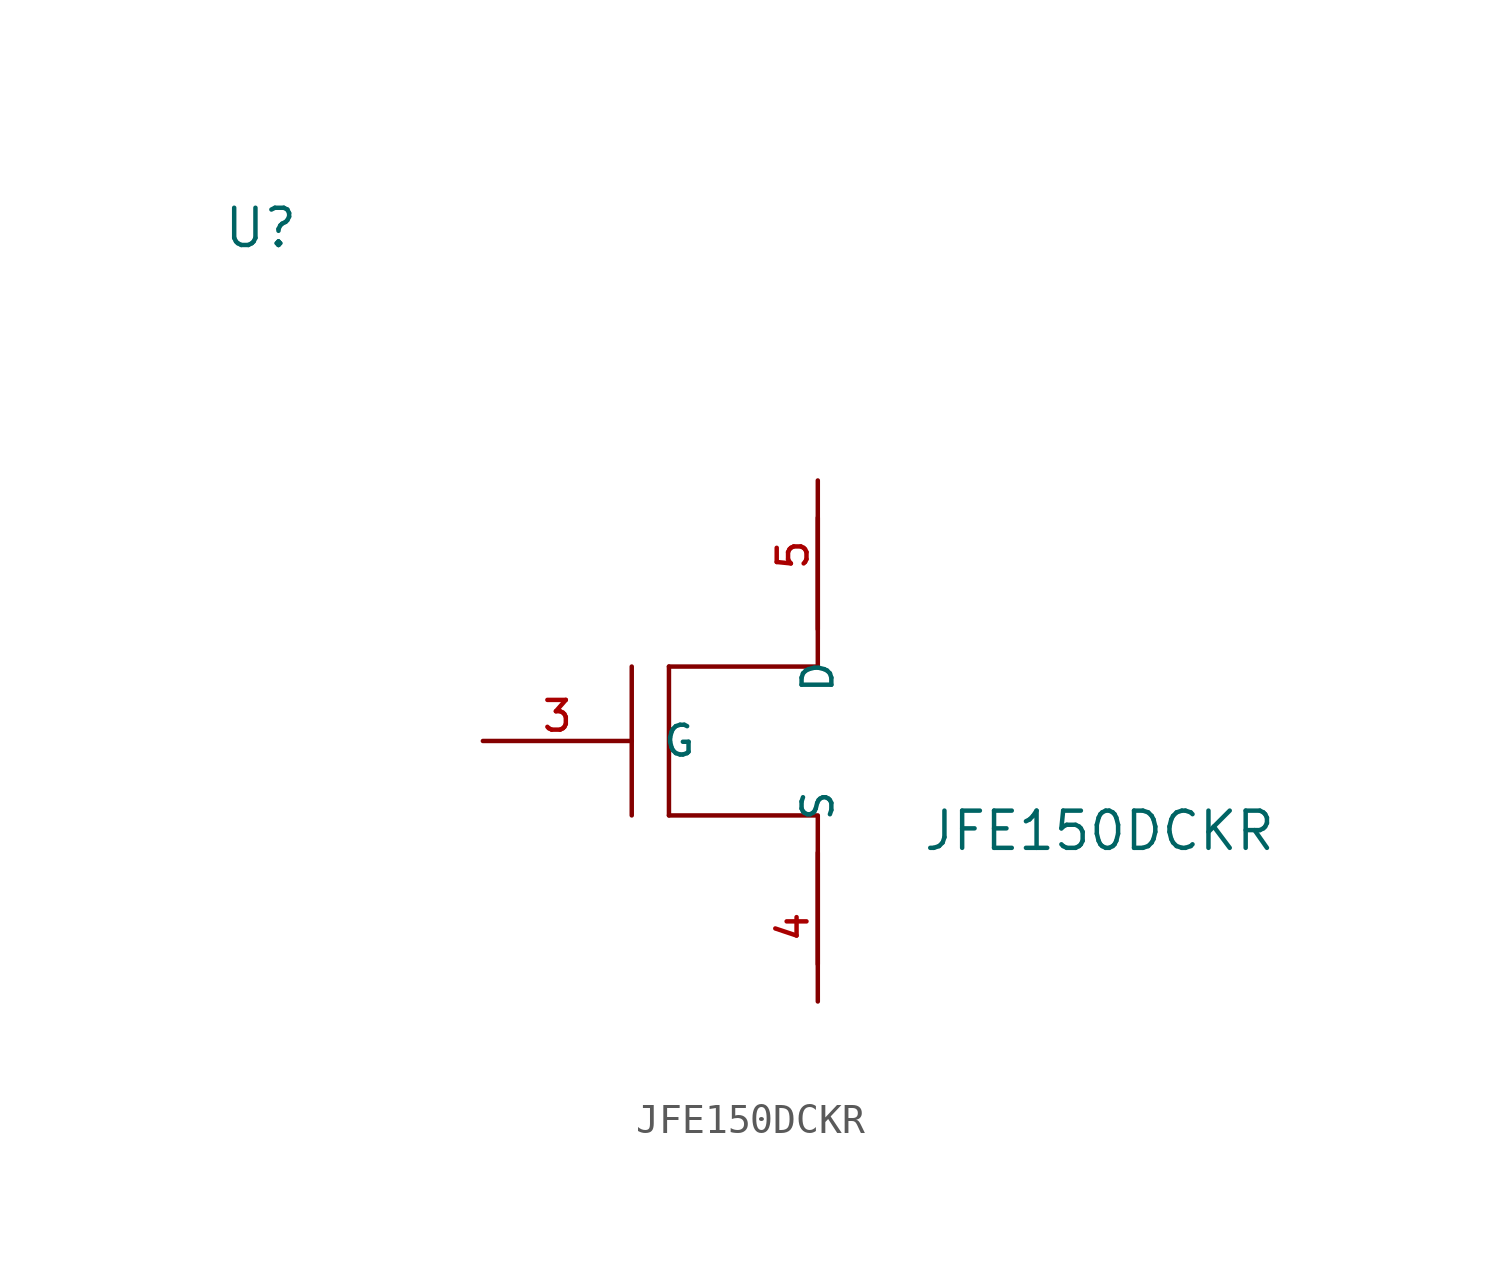
<source format=kicad_sym>
(kicad_symbol_lib
  (version 20241209)
  (generator "kicad_symbol_editor")
  (generator_version "9.0")
  (symbol "JFE150DCKR"
    (pin_names
      (offset 1.016))
    (property "Reference" "U"
      (at -20.32 16.764 0)
      (effects (font (size 1.27 1.27)) (justify left bottom)))
    (property "Value" "JFE150DCKR"
      (at 3.556 -3.81 0)
      (effects (font (size 1.27 1.27)) (justify left bottom)))
    (symbol "JFE150DCKR_0_0"
      (pin input line (at -11.43 0 0) (length 5.08) (name "G" (effects (font (size 1.016 1.016)))) (number "3" (effects (font (size 1.016 1.016))))))
    (symbol "JFE150DCKR_0_1"
      (polyline (pts (xy -6.35 2.54) (xy -6.35 -2.54)) (stroke (width 0) (type default)) (fill (type none)))
      (polyline (pts (xy -5.08 2.54) (xy -5.08 -2.54)) (stroke (width 0) (type default)) (fill (type none)))
      (polyline (pts (xy -5.08 2.54) (xy 0 2.54) (xy 0 7.62)) (stroke (width 0) (type default)) (fill (type none)))
      (polyline (pts (xy -5.08 -2.54) (xy 0 -2.54) (xy 0 -7.62)) (stroke (width 0) (type default)) (fill (type none))))
    (symbol "JFE150DCKR_1_0"
      (pin bidirectional line (at 0 8.89 270) (length 5.08) (name "D" (effects (font (size 1.016 1.016)))) (number "5" (effects (font (size 1.016 1.016)))))
      (pin bidirectional line (at 0 -8.89 90) (length 5.08) (name "S" (effects (font (size 1.016 1.016)))) (number "4" (effects (font (size 1.016 1.016)))))
      (pin passive line (at 12.7 10.16 180) (length 5.08) (hide yes) (name "VCH" (effects (font (size 1.016 1.016)))) (number "1" (effects (font (size 1.016 1.016)))))
      (pin passive line (at 12.7 7.62 180) (length 5.08) (hide yes) (name "VCL" (effects (font (size 1.016 1.016)))) (number "2" (effects (font (size 1.016 1.016))))))))
</source>
